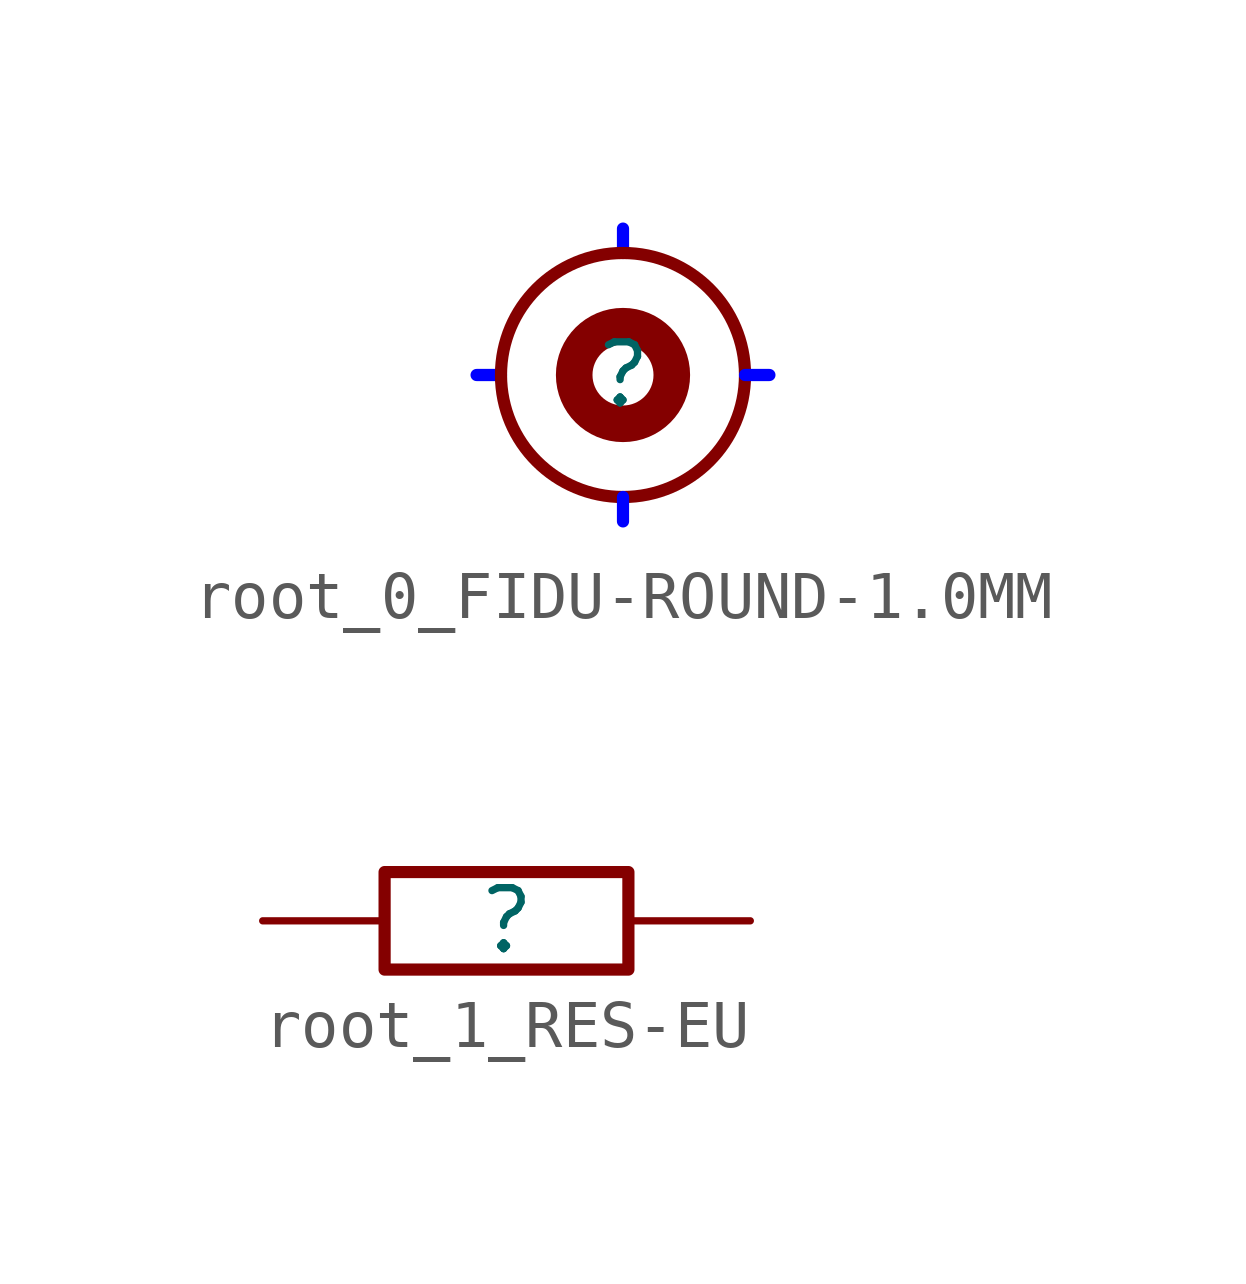
<source format=kicad_sym>
(kicad_symbol_lib
  (version 20220914)
  (generator kicad_symbol_editor)
  (symbol "root_0_FIDU-ROUND-1.0MM"
    (property "Reference" ""
      (at 0 0 0)
      (effects (font (size 1.27 1.27))))
    (property "Value" ""
      (at 0 0 0)
      (effects (font (size 1.27 1.27))))
    (symbol "root_0_FIDU-ROUND-1.0MM_1_0"
      (polyline (pts (xy -2.54 0) (xy -3.048 0)) (stroke (width 0.254) (type solid) (color 0 0 255 1)) (fill (type none)))
      (polyline (pts (xy 0 -2.54) (xy 0 -3.048)) (stroke (width 0.254) (type solid) (color 0 0 255 1)) (fill (type none)))
      (polyline (pts (xy 0 2.54) (xy 0 3.048)) (stroke (width 0.254) (type solid) (color 0 0 255 1)) (fill (type none)))
      (polyline (pts (xy 2.54 0) (xy 3.048 0)) (stroke (width 0.254) (type solid) (color 0 0 255 1)) (fill (type none)))
      (circle (center 0 0) (radius 1.016) (stroke (width 0.762) (type solid)) (fill (type none)))
      (circle (center 0 0) (radius 2.54) (stroke (width 0.254) (type solid)) (fill (type none)))))
  (symbol "root_1_RES-EU"
    (property "Reference" ""
      (at 0 0 0)
      (effects (font (size 1.27 1.27))))
    (property "Value" ""
      (at 0 0 0)
      (effects (font (size 1.27 1.27))))
    (symbol "root_1_RES-EU_1_0"
      (rectangle (start 2.54 1.016) (end -2.54 -1.016) (stroke (width 0.254) (type solid)) (fill (type none)))
      (pin passive line (at -5.08 0 0) (length 2.54) (name "1" (effects (font (size 0 0)))) (number "1" (effects (font (size 0 0)))))
      (pin passive line (at 5.08 0 180) (length 2.54) (name "2" (effects (font (size 0 0)))) (number "2" (effects (font (size 0 0))))))))
</source>
